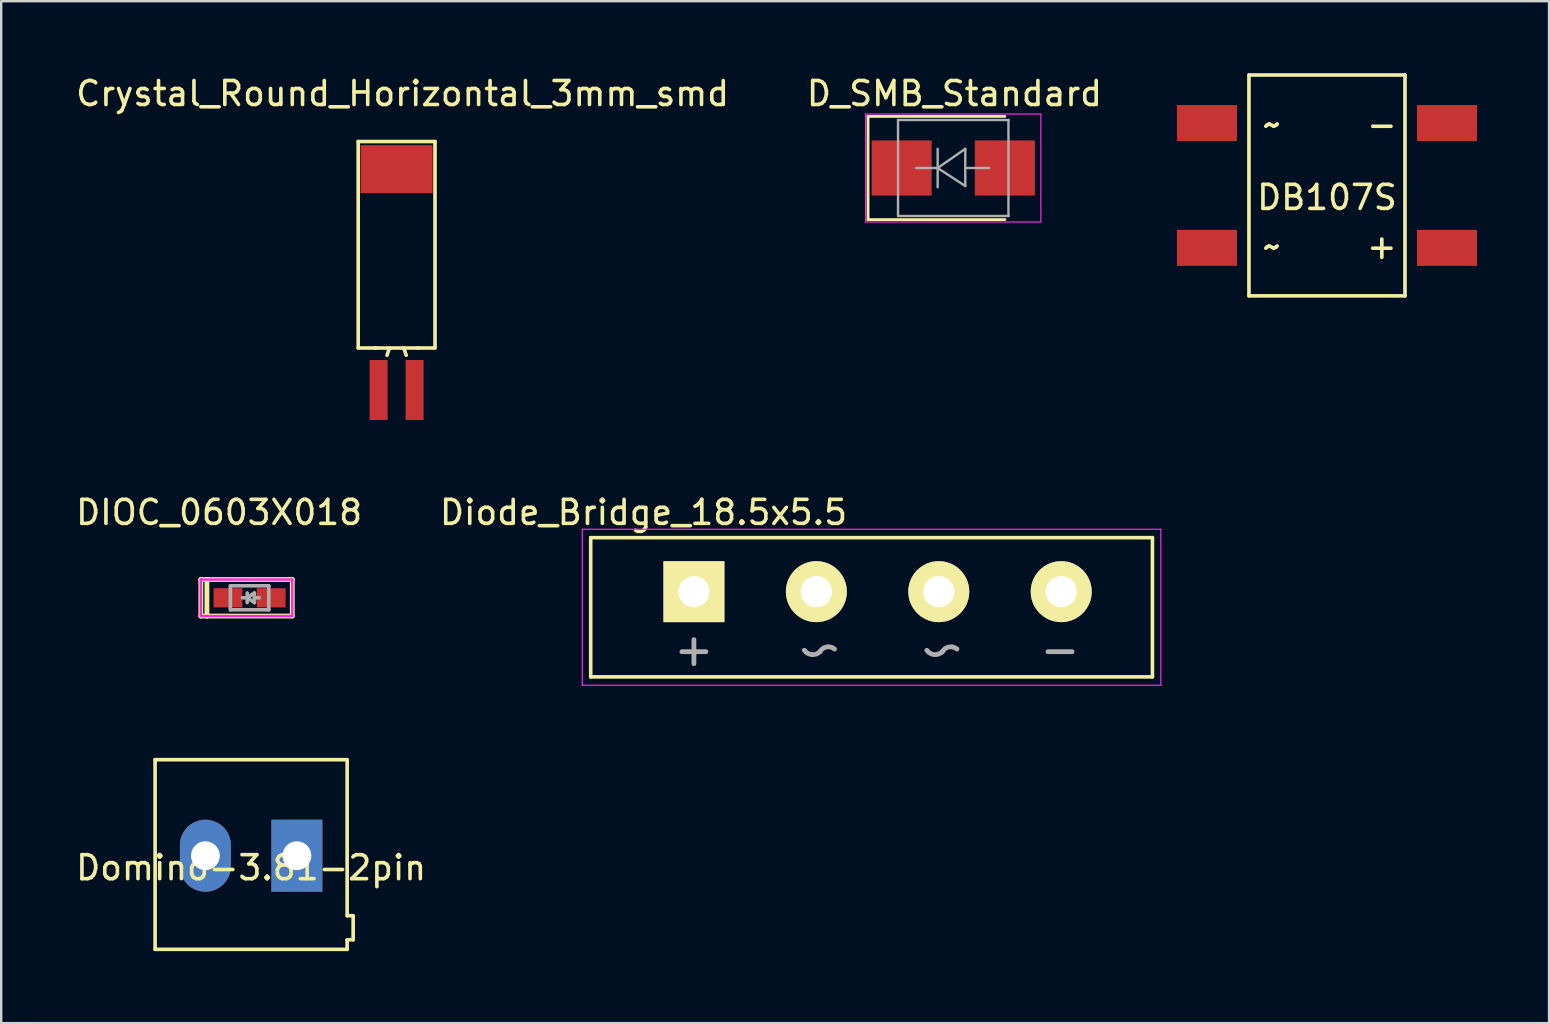
<source format=kicad_pcb>
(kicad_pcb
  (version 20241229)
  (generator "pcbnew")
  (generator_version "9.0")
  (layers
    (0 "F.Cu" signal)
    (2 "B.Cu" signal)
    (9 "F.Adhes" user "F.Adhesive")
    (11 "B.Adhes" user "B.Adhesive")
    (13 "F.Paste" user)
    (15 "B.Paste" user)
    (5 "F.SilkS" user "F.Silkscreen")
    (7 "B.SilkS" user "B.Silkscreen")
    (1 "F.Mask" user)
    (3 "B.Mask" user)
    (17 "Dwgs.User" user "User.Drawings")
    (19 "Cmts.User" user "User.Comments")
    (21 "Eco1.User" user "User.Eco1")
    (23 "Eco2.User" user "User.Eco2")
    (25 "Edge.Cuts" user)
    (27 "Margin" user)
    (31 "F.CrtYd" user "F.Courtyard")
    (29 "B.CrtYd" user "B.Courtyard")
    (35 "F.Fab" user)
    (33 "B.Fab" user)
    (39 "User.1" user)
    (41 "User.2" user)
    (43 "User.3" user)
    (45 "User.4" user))
  (footprint "DIOC_0603X018"
    (layer "F.Cu")
    (at 7.347 21.852)
    (property "Reference" "DIOC_0603X018" (at -1.27 -3.556 0) (layer "F.SilkS") (effects (font (size 1 1) (thickness 0.15))))
    (attr smd)
    (fp_line (start -2.032 -0.762) (end -2.032 0.762) (stroke (width 0.2) (type solid)) (layer "F.SilkS"))
    (fp_line (start -2.032 0.762) (end -1.778 0.762) (stroke (width 0.2) (type solid)) (layer "F.SilkS"))
    (fp_line (start -1.778 -0.762) (end -2.032 -0.762) (stroke (width 0.2) (type solid)) (layer "F.SilkS"))
    (fp_line (start -1.778 -0.762) (end 1.778 -0.762) (stroke (width 0.2) (type solid)) (layer "F.SilkS"))
    (fp_line (start -1.778 0.762) (end -1.778 -0.762) (stroke (width 0.2) (type solid)) (layer "F.SilkS"))
    (fp_line (start 1.778 -0.762) (end 1.778 0.762) (stroke (width 0.2) (type solid)) (layer "F.SilkS"))
    (fp_line (start 1.778 0.762) (end -1.778 0.762) (stroke (width 0.2) (type solid)) (layer "F.SilkS"))
    (fp_line (start -2.032 -0.762) (end 1.778 -0.762) (stroke (width 0.1) (type solid)) (layer "F.CrtYd"))
    (fp_line (start -2.032 0.762) (end -2.032 -0.762) (stroke (width 0.1) (type solid)) (layer "F.CrtYd"))
    (fp_line (start 1.778 -0.762) (end 1.778 0.762) (stroke (width 0.1) (type solid)) (layer "F.CrtYd"))
    (fp_line (start 1.778 0.762) (end -2.032 0.762) (stroke (width 0.1) (type solid)) (layer "F.CrtYd"))
    (fp_line (start -0.8 -0.5) (end 0.8 -0.5) (stroke (width 0.15) (type solid)) (layer "F.Fab"))
    (fp_line (start -0.8 0.5) (end -0.8 -0.5) (stroke (width 0.15) (type solid)) (layer "F.Fab"))
    (fp_line (start -0.1 -0.2) (end -0.1 0.2) (stroke (width 0.15) (type solid)) (layer "F.Fab"))
    (fp_line (start -0.1 0) (end -0.3 0) (stroke (width 0.15) (type solid)) (layer "F.Fab"))
    (fp_line (start -0.1 0) (end 0.2 0.2) (stroke (width 0.15) (type solid)) (layer "F.Fab"))
    (fp_line (start 0.2 -0.2) (end -0.1 0) (stroke (width 0.15) (type solid)) (layer "F.Fab"))
    (fp_line (start 0.2 0) (end 0.4 0) (stroke (width 0.15) (type solid)) (layer "F.Fab"))
    (fp_line (start 0.2 0.2) (end 0.2 -0.2) (stroke (width 0.15) (type solid)) (layer "F.Fab"))
    (fp_line (start 0.8 -0.5) (end 0.8 0.5) (stroke (width 0.15) (type solid)) (layer "F.Fab"))
    (fp_line (start 0.8 0.5) (end -0.8 0.5) (stroke (width 0.15) (type solid)) (layer "F.Fab"))
    (pad "1" smd rect (at -0.9 0) (size 1.2 0.8) (layers "F.Cu" "F.Mask" "F.Paste"))
    (pad "2" smd rect (at 0.9 0) (size 1.2 0.8) (layers "F.Cu" "F.Mask" "F.Paste")))
  (footprint "Diode_Bridge_18.5x5.5"
    (layer "F.Cu")
    (at 25.856 21.596)
    (property "Reference" "Diode_Bridge_18.5x5.5" (at -2.1 -3.3 0) (layer "F.SilkS") (effects (font (size 1 1) (thickness 0.15))))
    (attr through_hole)
    (fp_line (start -4.3 -2.25) (end 19.1 -2.25) (stroke (width 0.15) (type solid)) (layer "F.SilkS"))
    (fp_line (start -4.3 3.55) (end -4.3 -2.25) (stroke (width 0.15) (type solid)) (layer "F.SilkS"))
    (fp_line (start 19.1 -2.25) (end 19.1 3.55) (stroke (width 0.15) (type solid)) (layer "F.SilkS"))
    (fp_line (start 19.1 3.55) (end -4.3 3.55) (stroke (width 0.15) (type solid)) (layer "F.SilkS"))
    (fp_line (start -4.65 -2.6) (end 19.45 -2.6) (stroke (width 0.05) (type solid)) (layer "F.CrtYd"))
    (fp_line (start -4.65 3.9) (end -4.65 -2.6) (stroke (width 0.05) (type solid)) (layer "F.CrtYd"))
    (fp_line (start 19.45 -2.6) (end 19.45 3.9) (stroke (width 0.05) (type solid)) (layer "F.CrtYd"))
    (fp_line (start 19.45 3.9) (end -4.65 3.9) (stroke (width 0.05) (type solid)) (layer "F.CrtYd"))
    (fp_line (start -0.5 2.5) (end 0.5 2.5) (stroke (width 0.2) (type solid)) (layer "F.Fab"))
    (fp_line (start 0 2) (end 0 3) (stroke (width 0.2) (type solid)) (layer "F.Fab"))
    (fp_line (start 14.75 2.5) (end 15.75 2.5) (stroke (width 0.2) (type solid)) (layer "F.Fab"))
    (fp_arc (start 5.25 2.5) (mid 4.913023 2.62265) (end 4.602463 2.443348) (stroke (width 0.2) (type solid)) (layer "F.Fab"))
    (fp_arc (start 5.25 2.5) (mid 5.528233 2.303327) (end 5.857738 2.390047) (stroke (width 0.2) (type solid)) (layer "F.Fab"))
    (fp_arc (start 10.35 2.5) (mid 10.013023 2.62265) (end 9.702463 2.443348) (stroke (width 0.2) (type solid)) (layer "F.Fab"))
    (fp_arc (start 10.35 2.5) (mid 10.628233 2.303327) (end 10.957738 2.390047) (stroke (width 0.2) (type solid)) (layer "F.Fab"))
    (pad "1" thru_hole rect (at 0 0) (size 2.54 2.54) (drill 1.3) (layers "*.Cu" "*.Mask" "F.SilkS"))
    (pad "2" thru_hole circle (at 5.1 0) (size 2.54 2.54) (drill 1.3) (layers "*.Cu" "*.Mask" "F.SilkS"))
    (pad "3" thru_hole circle (at 10.2 0 90) (size 2.54 2.54) (drill 1.3) (layers "*.Cu" "*.Mask" "F.SilkS"))
    (pad "4" thru_hole circle (at 15.3 0) (size 2.54 2.54) (drill 1.3) (layers "*.Cu" "*.Mask" "F.SilkS")))
  (footprint "Crystal_Round_Horizontal_3mm_smd"
    (layer "F.Cu")
    (at 13.471 12.697)
    (property "Reference" "Crystal_Round_Horizontal_3mm_smd" (at 0.249 -11.849 0) (layer "F.SilkS") (effects (font (size 1 1) (thickness 0.15))))
    (attr through_hole)
    (fp_line (start -1.6 -9.85) (end -1.6 -1.25) (stroke (width 0.15) (type solid)) (layer "F.SilkS"))
    (fp_line (start -0.851 -1.25) (end -1.6 -1.25) (stroke (width 0.15) (type solid)) (layer "F.SilkS"))
    (fp_line (start -0.3 -1.25) (end -0.399 -0.95) (stroke (width 0.15) (type solid)) (layer "F.SilkS"))
    (fp_line (start 0.3 -1.25) (end 0.399 -0.95) (stroke (width 0.15) (type solid)) (layer "F.SilkS"))
    (fp_line (start 0.899 -1.25) (end -0.899 -1.25) (stroke (width 0.15) (type solid)) (layer "F.SilkS"))
    (fp_line (start 0.899 -1.25) (end 1.6 -1.25) (stroke (width 0.15) (type solid)) (layer "F.SilkS"))
    (fp_line (start 1.6 -9.85) (end -1.6 -9.85) (stroke (width 0.15) (type solid)) (layer "F.SilkS"))
    (fp_line (start 1.6 -1.25) (end 1.6 -9.85) (stroke (width 0.15) (type solid)) (layer "F.SilkS"))
    (pad "1" smd rect (at -0.75 0.5) (size 0.75 2.5) (layers "F.Cu" "F.Mask" "F.Paste"))
    (pad "2" smd rect (at 0.75 0.5) (size 0.75 2.5) (layers "F.Cu" "F.Mask" "F.Paste"))
    (pad "3" smd rect (at 0 -8.7) (size 3 2) (layers "F.Cu" "F.Mask" "F.Paste")))
  (footprint "Domino-3.81-2pin"
    (layer "F.Cu")
    (at 7.411 32.596)
    (property "Reference" "Domino-3.81-2pin" (at 0 0.5 0) (layer "F.SilkS") (effects (font (size 1 1) (thickness 0.15))))
    (attr through_hole)
    (fp_line (start -4 -4) (end -4 3.9) (stroke (width 0.15) (type solid)) (layer "F.SilkS"))
    (fp_line (start -4 3.9) (end 4 3.9) (stroke (width 0.15) (type solid)) (layer "F.SilkS"))
    (fp_line (start 4 -4) (end -4 -4) (stroke (width 0.15) (type solid)) (layer "F.SilkS"))
    (fp_line (start 4 2.5) (end 4 -4) (stroke (width 0.15) (type solid)) (layer "F.SilkS"))
    (fp_line (start 4 2.5) (end 4.25 2.5) (stroke (width 0.15) (type solid)) (layer "F.SilkS"))
    (fp_line (start 4 3.5) (end 4.25 3.5) (stroke (width 0.15) (type solid)) (layer "F.SilkS"))
    (fp_line (start 4 3.9) (end 4 3.5) (stroke (width 0.15) (type solid)) (layer "F.SilkS"))
    (fp_line (start 4.25 2.5) (end 4.25 3.5) (stroke (width 0.15) (type solid)) (layer "F.SilkS"))
    (pad "1" thru_hole rect (at 1.905 0) (size 2.124 3) (drill 1.2) (layers "*.Cu" "*.Mask"))
    (pad "2" thru_hole oval (at -1.905 0) (size 2.124 3) (drill 1.2) (layers "*.Cu" "*.Mask")))
  (footprint "DB107S"
    (layer "F.Cu")
    (at 52.226 4.675)
    (property "Reference" "DB107S" (at 0 0.5 0) (layer "F.SilkS") (effects (font (size 1 1) (thickness 0.15))))
    (attr through_hole)
    (fp_line (start -3.25 -4.6) (end 3.25 -4.6) (stroke (width 0.15) (type solid)) (layer "F.SilkS"))
    (fp_line (start -3.25 4.6) (end -3.25 -4.6) (stroke (width 0.15) (type solid)) (layer "F.SilkS"))
    (fp_line (start 3.25 -4.6) (end 3.25 4.6) (stroke (width 0.15) (type solid)) (layer "F.SilkS"))
    (fp_line (start 3.25 4.6) (end -3.25 4.6) (stroke (width 0.15) (type solid)) (layer "F.SilkS"))
    (fp_text user "+" (at 2.286 2.54 0) (layer "F.SilkS") (effects (font (size 1 1) (thickness 0.15))))
    (fp_text user "-" (at 2.286 -2.54 0) (layer "F.SilkS") (effects (font (size 1 1) (thickness 0.15))))
    (fp_text user "~" (at -2.286 2.54 0) (layer "F.SilkS") (effects (font (size 1 1) (thickness 0.15))))
    (fp_text user "~" (at -2.286 -2.54 0) (layer "F.SilkS") (effects (font (size 1 1) (thickness 0.15))))
    (pad "1" smd rect (at 5 2.6) (size 2.5 1.5) (layers "F.Cu" "F.Mask" "F.Paste"))
    (pad "2" smd rect (at -5 -2.6) (size 2.5 1.5) (layers "F.Cu" "F.Mask" "F.Paste"))
    (pad "3" smd rect (at -5 2.6) (size 2.5 1.5) (layers "F.Cu" "F.Mask" "F.Paste"))
    (pad "4" smd rect (at 5 -2.6) (size 2.5 1.5) (layers "F.Cu" "F.Mask" "F.Paste")))
  (footprint "D_SMB_Standard"
    (layer "F.Cu")
    (at 36.658 3.948)
    (property "Reference" "D_SMB_Standard" (at 0.05 -3.1 0) (layer "F.SilkS") (effects (font (size 1 1) (thickness 0.15))))
    (attr smd)
    (fp_line (start -3.55 -2.15) (end -3.55 2.15) (stroke (width 0.12) (type solid)) (layer "F.SilkS"))
    (fp_line (start -3.55 -2.15) (end 2.15 -2.15) (stroke (width 0.12) (type solid)) (layer "F.SilkS"))
    (fp_line (start -3.55 2.15) (end 2.15 2.15) (stroke (width 0.12) (type solid)) (layer "F.SilkS"))
    (fp_line (start -3.65 -2.25) (end 3.65 -2.25) (stroke (width 0.05) (type solid)) (layer "F.CrtYd"))
    (fp_line (start -3.65 2.25) (end -3.65 -2.25) (stroke (width 0.05) (type solid)) (layer "F.CrtYd"))
    (fp_line (start 3.65 -2.25) (end 3.65 2.25) (stroke (width 0.05) (type solid)) (layer "F.CrtYd"))
    (fp_line (start 3.65 2.25) (end -3.65 2.25) (stroke (width 0.05) (type solid)) (layer "F.CrtYd"))
    (fp_line (start -2.3 2) (end -2.3 -2) (stroke (width 0.1) (type solid)) (layer "F.Fab"))
    (fp_line (start -0.649 -0.799) (end -0.649 0.801) (stroke (width 0.1) (type solid)) (layer "F.Fab"))
    (fp_line (start -0.649 0.001) (end -1.551 0.001) (stroke (width 0.1) (type solid)) (layer "F.Fab"))
    (fp_line (start -0.649 0.001) (end 0.501 -0.799) (stroke (width 0.1) (type solid)) (layer "F.Fab"))
    (fp_line (start -0.649 0.001) (end 0.501 0.75) (stroke (width 0.1) (type solid)) (layer "F.Fab"))
    (fp_line (start 0.501 0.001) (end 1.499 0.001) (stroke (width 0.1) (type solid)) (layer "F.Fab"))
    (fp_line (start 0.501 0.75) (end 0.501 -0.799) (stroke (width 0.1) (type solid)) (layer "F.Fab"))
    (fp_line (start 2.3 -2) (end -2.3 -2) (stroke (width 0.1) (type solid)) (layer "F.Fab"))
    (fp_line (start 2.3 -2) (end 2.3 2) (stroke (width 0.1) (type solid)) (layer "F.Fab"))
    (fp_line (start 2.3 2) (end -2.3 2) (stroke (width 0.1) (type solid)) (layer "F.Fab"))
    (pad "1" smd rect (at -2.15 0) (size 2.5 2.3) (layers "F.Cu" "F.Mask" "F.Paste"))
    (pad "2" smd rect (at 2.15 0) (size 2.5 2.3) (layers "F.Cu" "F.Mask" "F.Paste")))
  (gr_rect
    (start -3 -3)
    (end 61.476 39.571)
    (stroke (width 0.1) (type default))
    (fill no)
    (layer "Edge.Cuts")))
</source>
